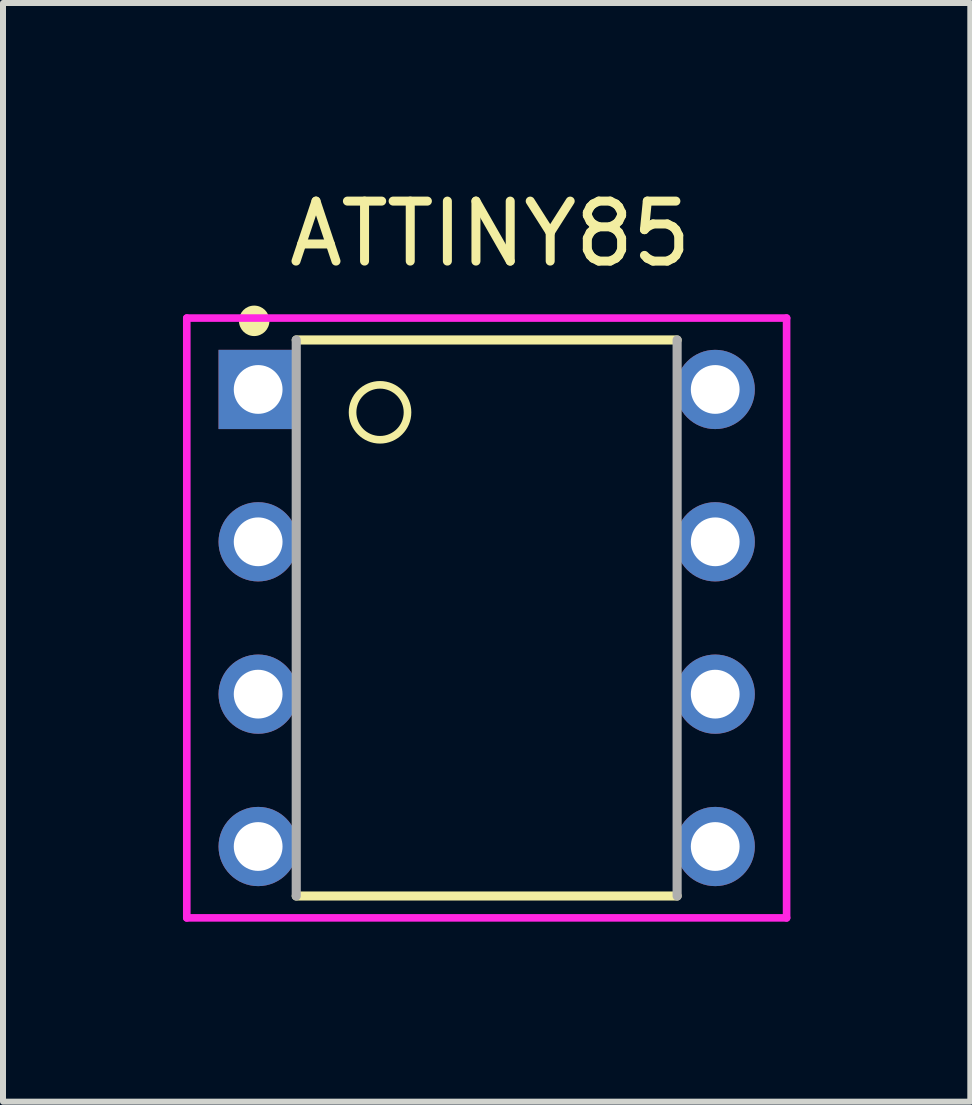
<source format=kicad_pcb>
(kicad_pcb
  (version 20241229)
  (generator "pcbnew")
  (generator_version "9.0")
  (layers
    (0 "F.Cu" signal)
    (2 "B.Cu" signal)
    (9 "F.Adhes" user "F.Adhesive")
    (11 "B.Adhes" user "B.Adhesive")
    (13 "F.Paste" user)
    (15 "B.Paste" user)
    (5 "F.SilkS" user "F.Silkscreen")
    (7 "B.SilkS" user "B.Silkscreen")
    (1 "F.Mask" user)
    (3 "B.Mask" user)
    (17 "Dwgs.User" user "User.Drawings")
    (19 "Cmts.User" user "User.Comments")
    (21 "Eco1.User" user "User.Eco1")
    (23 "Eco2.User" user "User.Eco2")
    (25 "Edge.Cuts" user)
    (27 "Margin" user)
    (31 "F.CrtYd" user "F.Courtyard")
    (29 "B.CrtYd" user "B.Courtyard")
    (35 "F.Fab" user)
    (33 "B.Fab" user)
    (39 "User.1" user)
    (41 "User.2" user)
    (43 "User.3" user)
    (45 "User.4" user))
  (footprint "ATTINY85"
    (layer "F.Cu")
    (at 5.064 7.253)
    (property "Reference" "ATTINY85" (at 0.059 -6.405 0) (layer "F.SilkS") (effects (font (size 1 1) (thickness 0.15))))
    (attr through_hole)
    (fp_line (start -3.175 -4.635) (end 3.175 -4.635) (stroke (width 0.152) (type solid)) (layer "F.SilkS"))
    (fp_line (start 3.175 4.635) (end -3.175 4.635) (stroke (width 0.152) (type solid)) (layer "F.SilkS"))
    (fp_circle (center -3.876 -4.954) (end -3.622 -4.954) (stroke (width 0) (type solid)) (fill yes) (layer "F.SilkS"))
    (fp_circle (center -1.778 -3.429) (end -1.32 -3.429) (stroke (width 0.127) (type solid)) (fill no) (layer "F.SilkS"))
    (fp_line (start -5 -5) (end 5 -5) (stroke (width 0.127) (type solid)) (layer "F.CrtYd"))
    (fp_line (start -5 5) (end -5 -5) (stroke (width 0.127) (type solid)) (layer "F.CrtYd"))
    (fp_line (start 5 -5) (end 5 5) (stroke (width 0.127) (type solid)) (layer "F.CrtYd"))
    (fp_line (start 5 5) (end -5 5) (stroke (width 0.127) (type solid)) (layer "F.CrtYd"))
    (fp_line (start -3.175 -4.635) (end -3.175 4.635) (stroke (width 0.152) (type solid)) (layer "F.Fab"))
    (fp_line (start 3.175 4.635) (end 3.175 -4.635) (stroke (width 0.152) (type solid)) (layer "F.Fab"))
    (pad "1" thru_hole rect (at -3.81 -3.81) (size 1.321 1.321) (drill 0.813) (layers "*.Cu" "*.Mask"))
    (pad "2" thru_hole circle (at -3.81 -1.27) (size 1.321 1.321) (drill 0.813) (layers "*.Cu" "*.Mask"))
    (pad "3" thru_hole circle (at -3.81 1.27) (size 1.321 1.321) (drill 0.813) (layers "*.Cu" "*.Mask"))
    (pad "4" thru_hole circle (at -3.81 3.81) (size 1.321 1.321) (drill 0.813) (layers "*.Cu" "*.Mask"))
    (pad "5" thru_hole circle (at 3.81 3.81) (size 1.321 1.321) (drill 0.813) (layers "*.Cu" "*.Mask"))
    (pad "6" thru_hole circle (at 3.81 1.27) (size 1.321 1.321) (drill 0.813) (layers "*.Cu" "*.Mask"))
    (pad "7" thru_hole circle (at 3.81 -1.27) (size 1.321 1.321) (drill 0.813) (layers "*.Cu" "*.Mask"))
    (pad "8" thru_hole circle (at 3.81 -3.81) (size 1.321 1.321) (drill 0.813) (layers "*.Cu" "*.Mask")))
  (gr_rect
    (start -3 -3)
    (end 13.127 15.317)
    (stroke (width 0.1) (type default))
    (fill no)
    (layer "Edge.Cuts")))
</source>
